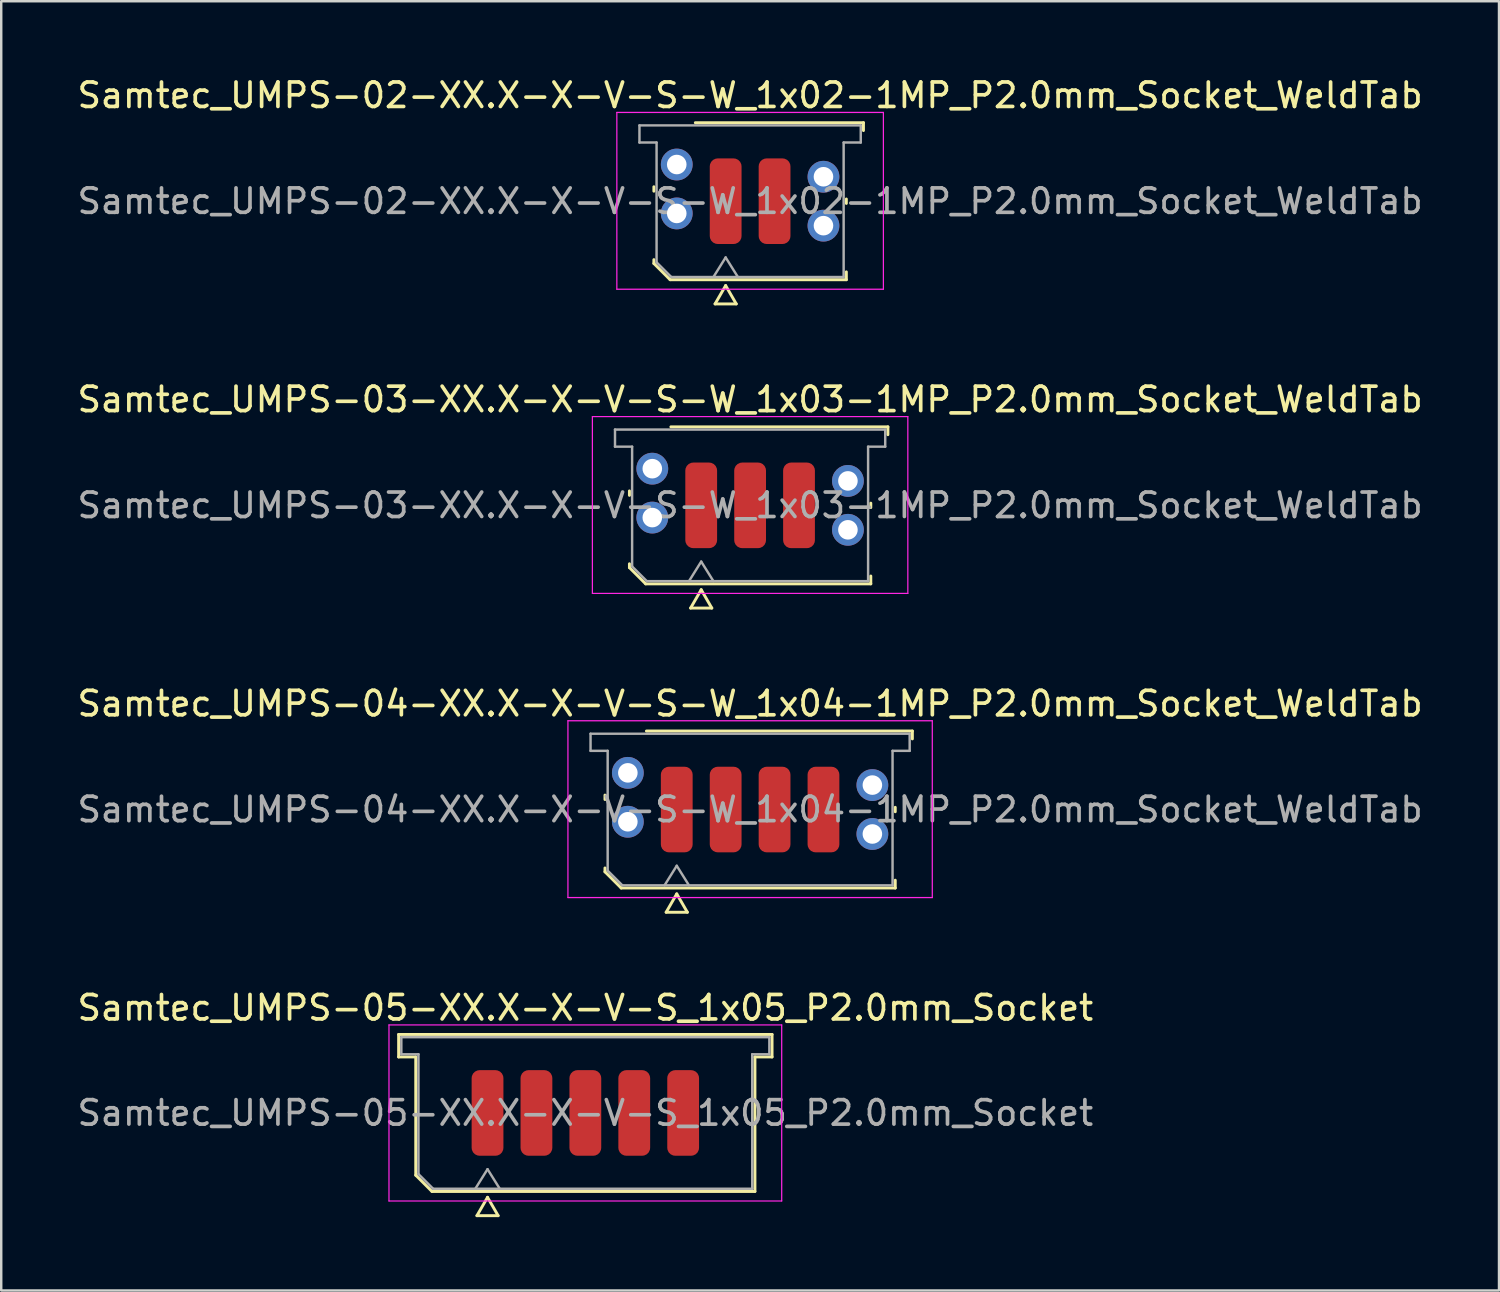
<source format=kicad_pcb>
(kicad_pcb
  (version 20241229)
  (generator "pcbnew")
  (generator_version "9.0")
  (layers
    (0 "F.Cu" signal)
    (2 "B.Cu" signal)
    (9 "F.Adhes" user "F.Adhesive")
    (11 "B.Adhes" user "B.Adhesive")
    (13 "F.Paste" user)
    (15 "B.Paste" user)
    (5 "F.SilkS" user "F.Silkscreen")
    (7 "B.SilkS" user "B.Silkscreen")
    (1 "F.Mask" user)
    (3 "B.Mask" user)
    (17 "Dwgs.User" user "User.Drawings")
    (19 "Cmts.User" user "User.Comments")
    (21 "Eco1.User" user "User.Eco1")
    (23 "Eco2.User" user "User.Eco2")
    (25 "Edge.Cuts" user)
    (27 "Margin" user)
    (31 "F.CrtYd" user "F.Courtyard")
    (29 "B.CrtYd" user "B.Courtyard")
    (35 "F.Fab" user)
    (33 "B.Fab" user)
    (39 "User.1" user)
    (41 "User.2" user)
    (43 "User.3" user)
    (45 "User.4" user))
  (footprint "Samtec_UMPS-02-XX.X-X-V-S-W_1x02-1MP_P2.0mm_Socket_WeldTab"
    (layer "F.Cu")
    (at 27.625 5.178)
    (property "Reference" "Samtec_UMPS-02-XX.X-X-V-S-W_1x02-1MP_P2.0mm_Socket_WeldTab" (at 0 -4.33 0) (layer "F.SilkS") (effects (font (size 1 1) (thickness 0.15))))
    (attr smd)
    (fp_line (start -3.935 -0.41) (end -3.935 -0.59) (stroke (width 0.12) (type solid)) (layer "F.SilkS"))
    (fp_line (start -3.935 2.546) (end -3.935 2.39) (stroke (width 0.12) (type solid)) (layer "F.SilkS"))
    (fp_line (start -3.271 3.21) (end -3.935 2.546) (stroke (width 0.12) (type solid)) (layer "F.SilkS"))
    (fp_line (start -2.24 -3.21) (end 4.635 -3.21) (stroke (width 0.12) (type solid)) (layer "F.SilkS"))
    (fp_line (start -1.433 4.2) (end -1 3.45) (stroke (width 0.12) (type solid)) (layer "F.SilkS"))
    (fp_line (start -1 3.45) (end -0.567 4.2) (stroke (width 0.12) (type solid)) (layer "F.SilkS"))
    (fp_line (start -0.567 4.2) (end -1.433 4.2) (stroke (width 0.12) (type solid)) (layer "F.SilkS"))
    (fp_line (start 3.935 -0.09) (end 3.935 0.09) (stroke (width 0.12) (type solid)) (layer "F.SilkS"))
    (fp_line (start 3.935 2.89) (end 3.935 3.21) (stroke (width 0.12) (type solid)) (layer "F.SilkS"))
    (fp_line (start 3.935 3.21) (end -3.271 3.21) (stroke (width 0.12) (type solid)) (layer "F.SilkS"))
    (fp_line (start 4.635 -3.21) (end 4.635 -2.89) (stroke (width 0.12) (type solid)) (layer "F.SilkS"))
    (fp_line (start -5.45 -3.63) (end -5.45 3.6) (stroke (width 0.05) (type solid)) (layer "F.CrtYd"))
    (fp_line (start -5.45 3.6) (end 5.45 3.6) (stroke (width 0.05) (type solid)) (layer "F.CrtYd"))
    (fp_line (start 5.45 -3.63) (end -5.45 -3.63) (stroke (width 0.05) (type solid)) (layer "F.CrtYd"))
    (fp_line (start 5.45 3.6) (end 5.45 -3.63) (stroke (width 0.05) (type solid)) (layer "F.CrtYd"))
    (fp_line (start -4.525 -3.1) (end 4.525 -3.1) (stroke (width 0.1) (type solid)) (layer "F.Fab"))
    (fp_line (start -4.525 -2.4) (end -4.525 -3.1) (stroke (width 0.1) (type solid)) (layer "F.Fab"))
    (fp_line (start -3.825 -2.4) (end -4.525 -2.4) (stroke (width 0.1) (type solid)) (layer "F.Fab"))
    (fp_line (start -3.825 2.5) (end -3.825 -2.4) (stroke (width 0.1) (type solid)) (layer "F.Fab"))
    (fp_line (start -3.225 3.1) (end -3.825 2.5) (stroke (width 0.1) (type solid)) (layer "F.Fab"))
    (fp_line (start -1.5 3.1) (end -1 2.3) (stroke (width 0.1) (type solid)) (layer "F.Fab"))
    (fp_line (start -1 2.3) (end -0.5 3.1) (stroke (width 0.1) (type solid)) (layer "F.Fab"))
    (fp_line (start 3.825 -2.4) (end 3.825 3.1) (stroke (width 0.1) (type solid)) (layer "F.Fab"))
    (fp_line (start 3.825 3.1) (end -3.225 3.1) (stroke (width 0.1) (type solid)) (layer "F.Fab"))
    (fp_line (start 4.525 -3.1) (end 4.525 -2.4) (stroke (width 0.1) (type solid)) (layer "F.Fab"))
    (fp_line (start 4.525 -2.4) (end 3.825 -2.4) (stroke (width 0.1) (type solid)) (layer "F.Fab"))
    (fp_text user "${REFERENCE}" (at 0 0 0) (layer "F.Fab") (effects (font (size 1 1) (thickness 0.15))))
    (pad "" smd rect (at -3.725 -1.99) (size 2.45 2.28) (layers "F.Paste"))
    (pad "" smd rect (at -3.725 0.99) (size 2.45 2.28) (layers "F.Paste"))
    (pad "" smd rect (at 3.725 -1.49) (size 2.45 2.28) (layers "F.Paste"))
    (pad "" smd rect (at 3.725 1.49) (size 2.45 2.28) (layers "F.Paste"))
    (pad "1" smd roundrect (at -1 0) (size 1.3 3.5) (layers "F.Cu" "F.Mask" "F.Paste") (roundrect_rratio 0.25))
    (pad "2" smd roundrect (at 1 0) (size 1.3 3.5) (layers "F.Cu" "F.Mask" "F.Paste") (roundrect_rratio 0.25))
    (pad "MP" thru_hole circle (at -3 -1.5) (size 1.3 1.3) (drill 0.8) (layers "*.Cu" "*.Mask"))
    (pad "MP" thru_hole circle (at -3 0.5) (size 1.3 1.3) (drill 0.8) (layers "*.Cu" "*.Mask"))
    (pad "MP" thru_hole circle (at 3 -1) (size 1.3 1.3) (drill 0.8) (layers "*.Cu" "*.Mask"))
    (pad "MP" thru_hole circle (at 3 1) (size 1.3 1.3) (drill 0.8) (layers "*.Cu" "*.Mask")))
  (footprint "Samtec_UMPS-03-XX.X-X-V-S-W_1x03-1MP_P2.0mm_Socket_WeldTab"
    (layer "F.Cu")
    (at 27.625 17.616)
    (property "Reference" "Samtec_UMPS-03-XX.X-X-V-S-W_1x03-1MP_P2.0mm_Socket_WeldTab" (at 0 -4.33 0) (layer "F.SilkS") (effects (font (size 1 1) (thickness 0.15))))
    (attr smd)
    (fp_line (start -4.935 -0.41) (end -4.935 -0.59) (stroke (width 0.12) (type solid)) (layer "F.SilkS"))
    (fp_line (start -4.935 2.546) (end -4.935 2.39) (stroke (width 0.12) (type solid)) (layer "F.SilkS"))
    (fp_line (start -4.271 3.21) (end -4.935 2.546) (stroke (width 0.12) (type solid)) (layer "F.SilkS"))
    (fp_line (start -3.24 -3.21) (end 5.635 -3.21) (stroke (width 0.12) (type solid)) (layer "F.SilkS"))
    (fp_line (start -2.433 4.2) (end -2 3.45) (stroke (width 0.12) (type solid)) (layer "F.SilkS"))
    (fp_line (start -2 3.45) (end -1.567 4.2) (stroke (width 0.12) (type solid)) (layer "F.SilkS"))
    (fp_line (start -1.567 4.2) (end -2.433 4.2) (stroke (width 0.12) (type solid)) (layer "F.SilkS"))
    (fp_line (start 4.935 -0.09) (end 4.935 0.09) (stroke (width 0.12) (type solid)) (layer "F.SilkS"))
    (fp_line (start 4.935 2.89) (end 4.935 3.21) (stroke (width 0.12) (type solid)) (layer "F.SilkS"))
    (fp_line (start 4.935 3.21) (end -4.271 3.21) (stroke (width 0.12) (type solid)) (layer "F.SilkS"))
    (fp_line (start 5.635 -3.21) (end 5.635 -2.89) (stroke (width 0.12) (type solid)) (layer "F.SilkS"))
    (fp_line (start -6.45 -3.63) (end -6.45 3.6) (stroke (width 0.05) (type solid)) (layer "F.CrtYd"))
    (fp_line (start -6.45 3.6) (end 6.45 3.6) (stroke (width 0.05) (type solid)) (layer "F.CrtYd"))
    (fp_line (start 6.45 -3.63) (end -6.45 -3.63) (stroke (width 0.05) (type solid)) (layer "F.CrtYd"))
    (fp_line (start 6.45 3.6) (end 6.45 -3.63) (stroke (width 0.05) (type solid)) (layer "F.CrtYd"))
    (fp_line (start -5.525 -3.1) (end 5.525 -3.1) (stroke (width 0.1) (type solid)) (layer "F.Fab"))
    (fp_line (start -5.525 -2.4) (end -5.525 -3.1) (stroke (width 0.1) (type solid)) (layer "F.Fab"))
    (fp_line (start -4.825 -2.4) (end -5.525 -2.4) (stroke (width 0.1) (type solid)) (layer "F.Fab"))
    (fp_line (start -4.825 2.5) (end -4.825 -2.4) (stroke (width 0.1) (type solid)) (layer "F.Fab"))
    (fp_line (start -4.225 3.1) (end -4.825 2.5) (stroke (width 0.1) (type solid)) (layer "F.Fab"))
    (fp_line (start -2.5 3.1) (end -2 2.3) (stroke (width 0.1) (type solid)) (layer "F.Fab"))
    (fp_line (start -2 2.3) (end -1.5 3.1) (stroke (width 0.1) (type solid)) (layer "F.Fab"))
    (fp_line (start 4.825 -2.4) (end 4.825 3.1) (stroke (width 0.1) (type solid)) (layer "F.Fab"))
    (fp_line (start 4.825 3.1) (end -4.225 3.1) (stroke (width 0.1) (type solid)) (layer "F.Fab"))
    (fp_line (start 5.525 -3.1) (end 5.525 -2.4) (stroke (width 0.1) (type solid)) (layer "F.Fab"))
    (fp_line (start 5.525 -2.4) (end 4.825 -2.4) (stroke (width 0.1) (type solid)) (layer "F.Fab"))
    (fp_text user "${REFERENCE}" (at 0 0 0) (layer "F.Fab") (effects (font (size 1 1) (thickness 0.15))))
    (pad "" smd rect (at -4.725 -1.99) (size 2.45 2.28) (layers "F.Paste"))
    (pad "" smd rect (at -4.725 0.99) (size 2.45 2.28) (layers "F.Paste"))
    (pad "" smd rect (at 4.725 -1.49) (size 2.45 2.28) (layers "F.Paste"))
    (pad "" smd rect (at 4.725 1.49) (size 2.45 2.28) (layers "F.Paste"))
    (pad "1" smd roundrect (at -2 0) (size 1.3 3.5) (layers "F.Cu" "F.Mask" "F.Paste") (roundrect_rratio 0.25))
    (pad "2" smd roundrect (at 0 0) (size 1.3 3.5) (layers "F.Cu" "F.Mask" "F.Paste") (roundrect_rratio 0.25))
    (pad "3" smd roundrect (at 2 0) (size 1.3 3.5) (layers "F.Cu" "F.Mask" "F.Paste") (roundrect_rratio 0.25))
    (pad "MP" thru_hole circle (at -4 -1.5) (size 1.3 1.3) (drill 0.8) (layers "*.Cu" "*.Mask"))
    (pad "MP" thru_hole circle (at -4 0.5) (size 1.3 1.3) (drill 0.8) (layers "*.Cu" "*.Mask"))
    (pad "MP" thru_hole circle (at 4 -1) (size 1.3 1.3) (drill 0.8) (layers "*.Cu" "*.Mask"))
    (pad "MP" thru_hole circle (at 4 1) (size 1.3 1.3) (drill 0.8) (layers "*.Cu" "*.Mask")))
  (footprint "Samtec_UMPS-05-XX.X-X-V-S_1x05_P2.0mm_Socket"
    (layer "F.Cu")
    (at 20.887 42.463)
    (property "Reference" "Samtec_UMPS-05-XX.X-X-V-S_1x05_P2.0mm_Socket" (at 0 -4.3 0) (layer "F.SilkS") (effects (font (size 1 1) (thickness 0.15))))
    (attr smd)
    (fp_line (start -7.635 -3.21) (end 7.635 -3.21) (stroke (width 0.12) (type solid)) (layer "F.SilkS"))
    (fp_line (start -7.635 -2.29) (end -7.635 -3.21) (stroke (width 0.12) (type solid)) (layer "F.SilkS"))
    (fp_line (start -6.935 -2.29) (end -7.635 -2.29) (stroke (width 0.12) (type solid)) (layer "F.SilkS"))
    (fp_line (start -6.935 2.546) (end -6.935 -2.29) (stroke (width 0.12) (type solid)) (layer "F.SilkS"))
    (fp_line (start -6.271 3.21) (end -6.935 2.546) (stroke (width 0.12) (type solid)) (layer "F.SilkS"))
    (fp_line (start -4.433 4.2) (end -4 3.45) (stroke (width 0.12) (type solid)) (layer "F.SilkS"))
    (fp_line (start -4 3.45) (end -3.567 4.2) (stroke (width 0.12) (type solid)) (layer "F.SilkS"))
    (fp_line (start -3.567 4.2) (end -4.433 4.2) (stroke (width 0.12) (type solid)) (layer "F.SilkS"))
    (fp_line (start 6.935 -2.29) (end 6.935 3.21) (stroke (width 0.12) (type solid)) (layer "F.SilkS"))
    (fp_line (start 6.935 3.21) (end -6.271 3.21) (stroke (width 0.12) (type solid)) (layer "F.SilkS"))
    (fp_line (start 7.635 -3.21) (end 7.635 -2.29) (stroke (width 0.12) (type solid)) (layer "F.SilkS"))
    (fp_line (start 7.635 -2.29) (end 6.935 -2.29) (stroke (width 0.12) (type solid)) (layer "F.SilkS"))
    (fp_line (start -8.03 -3.6) (end -8.03 3.6) (stroke (width 0.05) (type solid)) (layer "F.CrtYd"))
    (fp_line (start -8.03 3.6) (end 8.03 3.6) (stroke (width 0.05) (type solid)) (layer "F.CrtYd"))
    (fp_line (start 8.03 -3.6) (end -8.03 -3.6) (stroke (width 0.05) (type solid)) (layer "F.CrtYd"))
    (fp_line (start 8.03 3.6) (end 8.03 -3.6) (stroke (width 0.05) (type solid)) (layer "F.CrtYd"))
    (fp_line (start -7.525 -3.1) (end 7.525 -3.1) (stroke (width 0.1) (type solid)) (layer "F.Fab"))
    (fp_line (start -7.525 -2.4) (end -7.525 -3.1) (stroke (width 0.1) (type solid)) (layer "F.Fab"))
    (fp_line (start -6.825 -2.4) (end -7.525 -2.4) (stroke (width 0.1) (type solid)) (layer "F.Fab"))
    (fp_line (start -6.825 2.5) (end -6.825 -2.4) (stroke (width 0.1) (type solid)) (layer "F.Fab"))
    (fp_line (start -6.225 3.1) (end -6.825 2.5) (stroke (width 0.1) (type solid)) (layer "F.Fab"))
    (fp_line (start -4.5 3.1) (end -4 2.3) (stroke (width 0.1) (type solid)) (layer "F.Fab"))
    (fp_line (start -4 2.3) (end -3.5 3.1) (stroke (width 0.1) (type solid)) (layer "F.Fab"))
    (fp_line (start 6.825 -2.4) (end 6.825 3.1) (stroke (width 0.1) (type solid)) (layer "F.Fab"))
    (fp_line (start 6.825 3.1) (end -6.225 3.1) (stroke (width 0.1) (type solid)) (layer "F.Fab"))
    (fp_line (start 7.525 -3.1) (end 7.525 -2.4) (stroke (width 0.1) (type solid)) (layer "F.Fab"))
    (fp_line (start 7.525 -2.4) (end 6.825 -2.4) (stroke (width 0.1) (type solid)) (layer "F.Fab"))
    (fp_text user "${REFERENCE}" (at 0 0 0) (layer "F.Fab") (effects (font (size 1 1) (thickness 0.15))))
    (pad "1" smd roundrect (at -4 0) (size 1.3 3.5) (layers "F.Cu" "F.Mask" "F.Paste") (roundrect_rratio 0.25))
    (pad "2" smd roundrect (at -2 0) (size 1.3 3.5) (layers "F.Cu" "F.Mask" "F.Paste") (roundrect_rratio 0.25))
    (pad "3" smd roundrect (at 0 0) (size 1.3 3.5) (layers "F.Cu" "F.Mask" "F.Paste") (roundrect_rratio 0.25))
    (pad "4" smd roundrect (at 2 0) (size 1.3 3.5) (layers "F.Cu" "F.Mask" "F.Paste") (roundrect_rratio 0.25))
    (pad "5" smd roundrect (at 4 0) (size 1.3 3.5) (layers "F.Cu" "F.Mask" "F.Paste") (roundrect_rratio 0.25)))
  (footprint "Samtec_UMPS-04-XX.X-X-V-S-W_1x04-1MP_P2.0mm_Socket_WeldTab"
    (layer "F.Cu")
    (at 27.625 30.055)
    (property "Reference" "Samtec_UMPS-04-XX.X-X-V-S-W_1x04-1MP_P2.0mm_Socket_WeldTab" (at 0 -4.33 0) (layer "F.SilkS") (effects (font (size 1 1) (thickness 0.15))))
    (attr smd)
    (fp_line (start -5.935 -0.41) (end -5.935 -0.59) (stroke (width 0.12) (type solid)) (layer "F.SilkS"))
    (fp_line (start -5.935 2.546) (end -5.935 2.39) (stroke (width 0.12) (type solid)) (layer "F.SilkS"))
    (fp_line (start -5.271 3.21) (end -5.935 2.546) (stroke (width 0.12) (type solid)) (layer "F.SilkS"))
    (fp_line (start -4.24 -3.21) (end 6.635 -3.21) (stroke (width 0.12) (type solid)) (layer "F.SilkS"))
    (fp_line (start -3.433 4.2) (end -3 3.45) (stroke (width 0.12) (type solid)) (layer "F.SilkS"))
    (fp_line (start -3 3.45) (end -2.567 4.2) (stroke (width 0.12) (type solid)) (layer "F.SilkS"))
    (fp_line (start -2.567 4.2) (end -3.433 4.2) (stroke (width 0.12) (type solid)) (layer "F.SilkS"))
    (fp_line (start 5.935 -0.09) (end 5.935 0.09) (stroke (width 0.12) (type solid)) (layer "F.SilkS"))
    (fp_line (start 5.935 2.89) (end 5.935 3.21) (stroke (width 0.12) (type solid)) (layer "F.SilkS"))
    (fp_line (start 5.935 3.21) (end -5.271 3.21) (stroke (width 0.12) (type solid)) (layer "F.SilkS"))
    (fp_line (start 6.635 -3.21) (end 6.635 -2.89) (stroke (width 0.12) (type solid)) (layer "F.SilkS"))
    (fp_line (start -7.45 -3.63) (end -7.45 3.6) (stroke (width 0.05) (type solid)) (layer "F.CrtYd"))
    (fp_line (start -7.45 3.6) (end 7.45 3.6) (stroke (width 0.05) (type solid)) (layer "F.CrtYd"))
    (fp_line (start 7.45 -3.63) (end -7.45 -3.63) (stroke (width 0.05) (type solid)) (layer "F.CrtYd"))
    (fp_line (start 7.45 3.6) (end 7.45 -3.63) (stroke (width 0.05) (type solid)) (layer "F.CrtYd"))
    (fp_line (start -6.525 -3.1) (end 6.525 -3.1) (stroke (width 0.1) (type solid)) (layer "F.Fab"))
    (fp_line (start -6.525 -2.4) (end -6.525 -3.1) (stroke (width 0.1) (type solid)) (layer "F.Fab"))
    (fp_line (start -5.825 -2.4) (end -6.525 -2.4) (stroke (width 0.1) (type solid)) (layer "F.Fab"))
    (fp_line (start -5.825 2.5) (end -5.825 -2.4) (stroke (width 0.1) (type solid)) (layer "F.Fab"))
    (fp_line (start -5.225 3.1) (end -5.825 2.5) (stroke (width 0.1) (type solid)) (layer "F.Fab"))
    (fp_line (start -3.5 3.1) (end -3 2.3) (stroke (width 0.1) (type solid)) (layer "F.Fab"))
    (fp_line (start -3 2.3) (end -2.5 3.1) (stroke (width 0.1) (type solid)) (layer "F.Fab"))
    (fp_line (start 5.825 -2.4) (end 5.825 3.1) (stroke (width 0.1) (type solid)) (layer "F.Fab"))
    (fp_line (start 5.825 3.1) (end -5.225 3.1) (stroke (width 0.1) (type solid)) (layer "F.Fab"))
    (fp_line (start 6.525 -3.1) (end 6.525 -2.4) (stroke (width 0.1) (type solid)) (layer "F.Fab"))
    (fp_line (start 6.525 -2.4) (end 5.825 -2.4) (stroke (width 0.1) (type solid)) (layer "F.Fab"))
    (fp_text user "${REFERENCE}" (at 0 0 0) (layer "F.Fab") (effects (font (size 1 1) (thickness 0.15))))
    (pad "" smd rect (at -5.725 -1.99) (size 2.45 2.28) (layers "F.Paste"))
    (pad "" smd rect (at -5.725 0.99) (size 2.45 2.28) (layers "F.Paste"))
    (pad "" smd rect (at 5.725 -1.49) (size 2.45 2.28) (layers "F.Paste"))
    (pad "" smd rect (at 5.725 1.49) (size 2.45 2.28) (layers "F.Paste"))
    (pad "1" smd roundrect (at -3 0) (size 1.3 3.5) (layers "F.Cu" "F.Mask" "F.Paste") (roundrect_rratio 0.25))
    (pad "2" smd roundrect (at -1 0) (size 1.3 3.5) (layers "F.Cu" "F.Mask" "F.Paste") (roundrect_rratio 0.25))
    (pad "3" smd roundrect (at 1 0) (size 1.3 3.5) (layers "F.Cu" "F.Mask" "F.Paste") (roundrect_rratio 0.25))
    (pad "4" smd roundrect (at 3 0) (size 1.3 3.5) (layers "F.Cu" "F.Mask" "F.Paste") (roundrect_rratio 0.25))
    (pad "MP" thru_hole circle (at -5 -1.5) (size 1.3 1.3) (drill 0.8) (layers "*.Cu" "*.Mask"))
    (pad "MP" thru_hole circle (at -5 0.5) (size 1.3 1.3) (drill 0.8) (layers "*.Cu" "*.Mask"))
    (pad "MP" thru_hole circle (at 5 -1) (size 1.3 1.3) (drill 0.8) (layers "*.Cu" "*.Mask"))
    (pad "MP" thru_hole circle (at 5 1) (size 1.3 1.3) (drill 0.8) (layers "*.Cu" "*.Mask")))
  (gr_rect
    (start -3 -3)
    (end 58.25 49.723)
    (stroke (width 0.1) (type default))
    (fill no)
    (layer "Edge.Cuts")))
</source>
